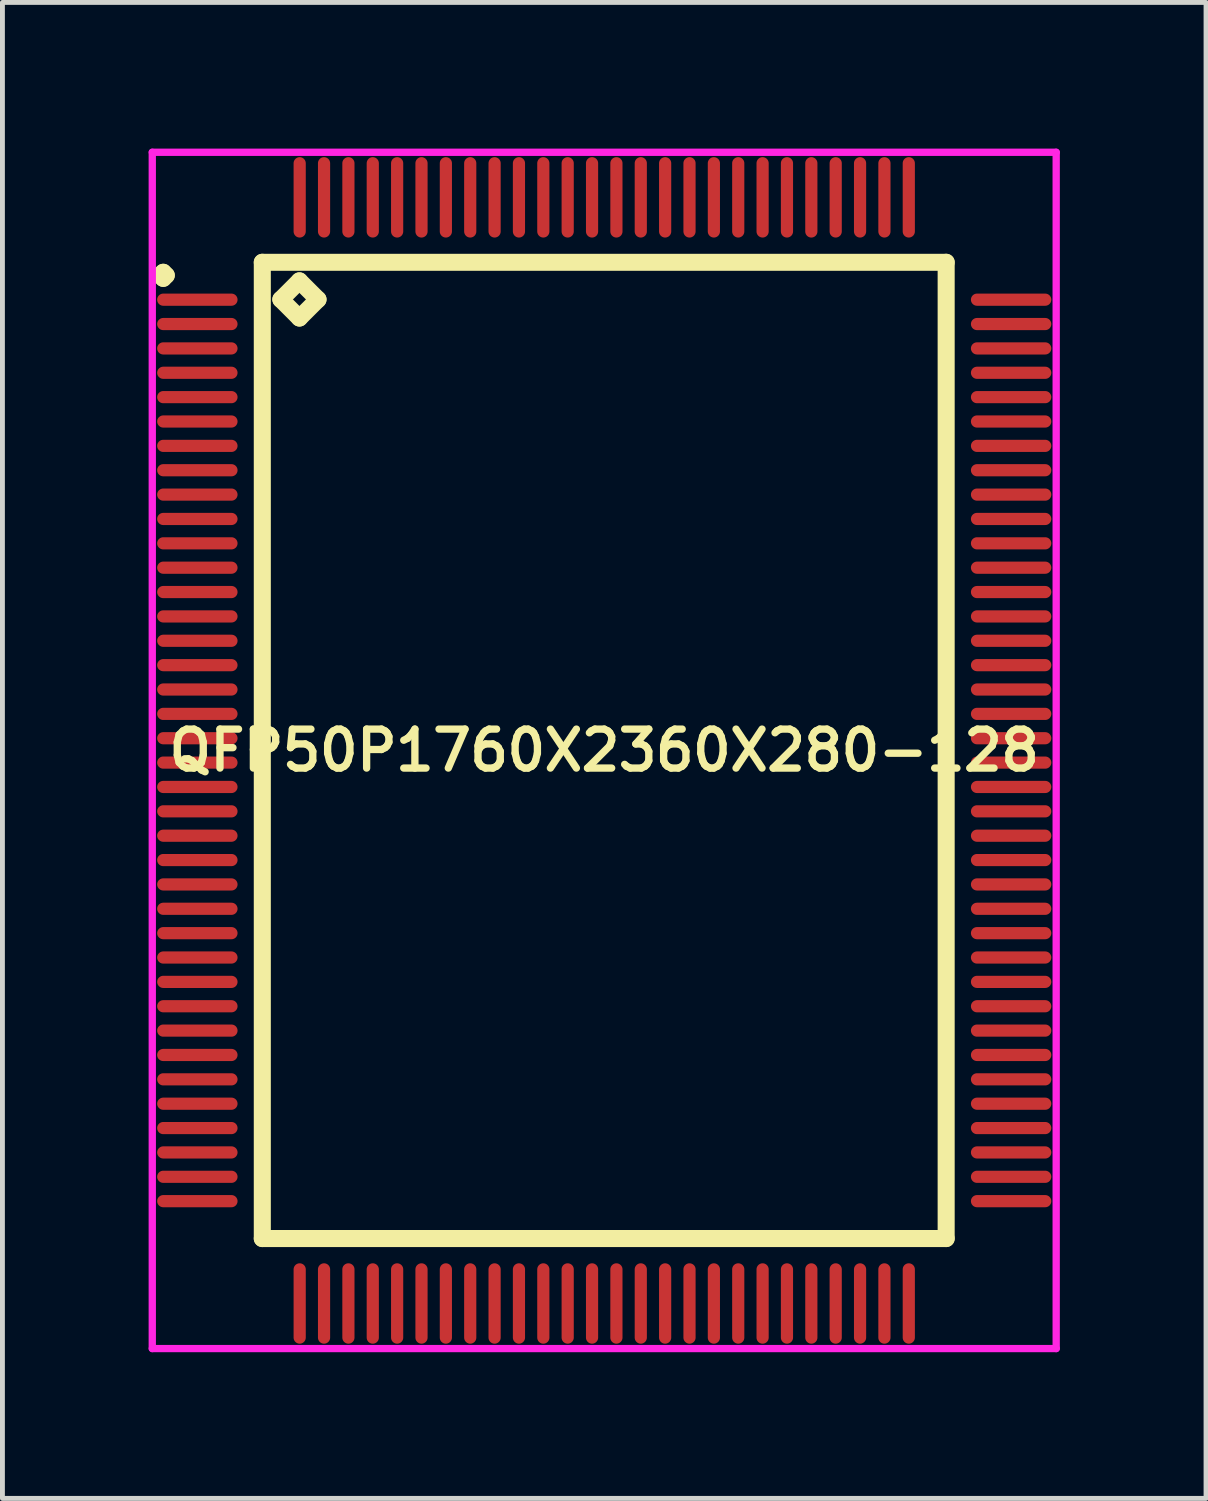
<source format=kicad_pcb>
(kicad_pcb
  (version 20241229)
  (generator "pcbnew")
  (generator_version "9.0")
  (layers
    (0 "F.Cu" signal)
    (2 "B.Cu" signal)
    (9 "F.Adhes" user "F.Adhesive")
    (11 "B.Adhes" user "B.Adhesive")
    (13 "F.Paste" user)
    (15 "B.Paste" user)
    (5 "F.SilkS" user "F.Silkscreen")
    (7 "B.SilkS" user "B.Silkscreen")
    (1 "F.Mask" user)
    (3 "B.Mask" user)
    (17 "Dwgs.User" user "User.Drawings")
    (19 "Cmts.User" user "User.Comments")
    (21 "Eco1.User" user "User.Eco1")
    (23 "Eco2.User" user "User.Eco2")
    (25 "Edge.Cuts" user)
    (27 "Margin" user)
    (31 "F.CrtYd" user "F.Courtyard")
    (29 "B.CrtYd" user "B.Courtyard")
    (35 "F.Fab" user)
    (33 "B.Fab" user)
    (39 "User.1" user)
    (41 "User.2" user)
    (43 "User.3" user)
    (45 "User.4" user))
  (footprint "QFP50P1760X2360X280-128"
    (layer "F.Cu")
    (at 9.35 12.35)
    (property "Reference" "QFP50P1760X2360X280-128" (at 0 0 0) (layer "F.SilkS") (effects (font (size 0.8 0.8) (thickness 0.15))))
    (attr smd)
    (fp_line (start -9.113 -9.75) (end -9.05 -9.812) (stroke (width 0.35) (type solid)) (layer "F.SilkS"))
    (fp_line (start -9.05 -9.812) (end -8.988 -9.75) (stroke (width 0.35) (type solid)) (layer "F.SilkS"))
    (fp_line (start -9.05 -9.688) (end -9.113 -9.75) (stroke (width 0.35) (type solid)) (layer "F.SilkS"))
    (fp_line (start -8.988 -9.75) (end -9.05 -9.688) (stroke (width 0.35) (type solid)) (layer "F.SilkS"))
    (fp_line (start -7.017 -10.017) (end -7.017 10.017) (stroke (width 0.35) (type solid)) (layer "F.SilkS"))
    (fp_line (start -7.017 10.017) (end 7.017 10.017) (stroke (width 0.35) (type solid)) (layer "F.SilkS"))
    (fp_line (start -6.636 -9.255) (end -6.255 -9.636) (stroke (width 0.35) (type solid)) (layer "F.SilkS"))
    (fp_line (start -6.255 -9.636) (end -5.874 -9.255) (stroke (width 0.35) (type solid)) (layer "F.SilkS"))
    (fp_line (start -6.255 -8.874) (end -6.636 -9.255) (stroke (width 0.35) (type solid)) (layer "F.SilkS"))
    (fp_line (start -5.874 -9.255) (end -6.255 -8.874) (stroke (width 0.35) (type solid)) (layer "F.SilkS"))
    (fp_line (start 7.017 -10.017) (end -7.017 -10.017) (stroke (width 0.35) (type solid)) (layer "F.SilkS"))
    (fp_line (start 7.017 10.017) (end 7.017 -10.017) (stroke (width 0.35) (type solid)) (layer "F.SilkS"))
    (fp_line (start -9.275 -12.275) (end 9.275 -12.275) (stroke (width 0.15) (type solid)) (layer "F.CrtYd"))
    (fp_line (start -9.275 12.275) (end -9.275 -12.275) (stroke (width 0.15) (type solid)) (layer "F.CrtYd"))
    (fp_line (start 9.275 -12.275) (end 9.275 12.275) (stroke (width 0.15) (type solid)) (layer "F.CrtYd"))
    (fp_line (start 9.275 12.275) (end -9.275 12.275) (stroke (width 0.15) (type solid)) (layer "F.CrtYd"))
    (pad "1" smd oval (at -8.35 -9.25) (size 1.65 0.25) (layers "F.Cu" "F.Mask" "F.Paste"))
    (pad "2" smd oval (at -8.35 -8.75) (size 1.65 0.25) (layers "F.Cu" "F.Mask" "F.Paste"))
    (pad "3" smd oval (at -8.35 -8.25) (size 1.65 0.25) (layers "F.Cu" "F.Mask" "F.Paste"))
    (pad "4" smd oval (at -8.35 -7.75) (size 1.65 0.25) (layers "F.Cu" "F.Mask" "F.Paste"))
    (pad "5" smd oval (at -8.35 -7.25) (size 1.65 0.25) (layers "F.Cu" "F.Mask" "F.Paste"))
    (pad "6" smd oval (at -8.35 -6.75) (size 1.65 0.25) (layers "F.Cu" "F.Mask" "F.Paste"))
    (pad "7" smd oval (at -8.35 -6.25) (size 1.65 0.25) (layers "F.Cu" "F.Mask" "F.Paste"))
    (pad "8" smd oval (at -8.35 -5.75) (size 1.65 0.25) (layers "F.Cu" "F.Mask" "F.Paste"))
    (pad "9" smd oval (at -8.35 -5.25) (size 1.65 0.25) (layers "F.Cu" "F.Mask" "F.Paste"))
    (pad "10" smd oval (at -8.35 -4.75) (size 1.65 0.25) (layers "F.Cu" "F.Mask" "F.Paste"))
    (pad "11" smd oval (at -8.35 -4.25) (size 1.65 0.25) (layers "F.Cu" "F.Mask" "F.Paste"))
    (pad "12" smd oval (at -8.35 -3.75) (size 1.65 0.25) (layers "F.Cu" "F.Mask" "F.Paste"))
    (pad "13" smd oval (at -8.35 -3.25) (size 1.65 0.25) (layers "F.Cu" "F.Mask" "F.Paste"))
    (pad "14" smd oval (at -8.35 -2.75) (size 1.65 0.25) (layers "F.Cu" "F.Mask" "F.Paste"))
    (pad "15" smd oval (at -8.35 -2.25) (size 1.65 0.25) (layers "F.Cu" "F.Mask" "F.Paste"))
    (pad "16" smd oval (at -8.35 -1.75) (size 1.65 0.25) (layers "F.Cu" "F.Mask" "F.Paste"))
    (pad "17" smd oval (at -8.35 -1.25) (size 1.65 0.25) (layers "F.Cu" "F.Mask" "F.Paste"))
    (pad "18" smd oval (at -8.35 -0.75) (size 1.65 0.25) (layers "F.Cu" "F.Mask" "F.Paste"))
    (pad "19" smd oval (at -8.35 -0.25) (size 1.65 0.25) (layers "F.Cu" "F.Mask" "F.Paste"))
    (pad "20" smd oval (at -8.35 0.25) (size 1.65 0.25) (layers "F.Cu" "F.Mask" "F.Paste"))
    (pad "21" smd oval (at -8.35 0.75) (size 1.65 0.25) (layers "F.Cu" "F.Mask" "F.Paste"))
    (pad "22" smd oval (at -8.35 1.25) (size 1.65 0.25) (layers "F.Cu" "F.Mask" "F.Paste"))
    (pad "23" smd oval (at -8.35 1.75) (size 1.65 0.25) (layers "F.Cu" "F.Mask" "F.Paste"))
    (pad "24" smd oval (at -8.35 2.25) (size 1.65 0.25) (layers "F.Cu" "F.Mask" "F.Paste"))
    (pad "25" smd oval (at -8.35 2.75) (size 1.65 0.25) (layers "F.Cu" "F.Mask" "F.Paste"))
    (pad "26" smd oval (at -8.35 3.25) (size 1.65 0.25) (layers "F.Cu" "F.Mask" "F.Paste"))
    (pad "27" smd oval (at -8.35 3.75) (size 1.65 0.25) (layers "F.Cu" "F.Mask" "F.Paste"))
    (pad "28" smd oval (at -8.35 4.25) (size 1.65 0.25) (layers "F.Cu" "F.Mask" "F.Paste"))
    (pad "29" smd oval (at -8.35 4.75) (size 1.65 0.25) (layers "F.Cu" "F.Mask" "F.Paste"))
    (pad "30" smd oval (at -8.35 5.25) (size 1.65 0.25) (layers "F.Cu" "F.Mask" "F.Paste"))
    (pad "31" smd oval (at -8.35 5.75) (size 1.65 0.25) (layers "F.Cu" "F.Mask" "F.Paste"))
    (pad "32" smd oval (at -8.35 6.25) (size 1.65 0.25) (layers "F.Cu" "F.Mask" "F.Paste"))
    (pad "33" smd oval (at -8.35 6.75) (size 1.65 0.25) (layers "F.Cu" "F.Mask" "F.Paste"))
    (pad "34" smd oval (at -8.35 7.25) (size 1.65 0.25) (layers "F.Cu" "F.Mask" "F.Paste"))
    (pad "35" smd oval (at -8.35 7.75) (size 1.65 0.25) (layers "F.Cu" "F.Mask" "F.Paste"))
    (pad "36" smd oval (at -8.35 8.25) (size 1.65 0.25) (layers "F.Cu" "F.Mask" "F.Paste"))
    (pad "37" smd oval (at -8.35 8.75) (size 1.65 0.25) (layers "F.Cu" "F.Mask" "F.Paste"))
    (pad "38" smd oval (at -8.35 9.25) (size 1.65 0.25) (layers "F.Cu" "F.Mask" "F.Paste"))
    (pad "39" smd oval (at -6.25 11.35) (size 0.25 1.65) (layers "F.Cu" "F.Mask" "F.Paste"))
    (pad "40" smd oval (at -5.75 11.35) (size 0.25 1.65) (layers "F.Cu" "F.Mask" "F.Paste"))
    (pad "41" smd oval (at -5.25 11.35) (size 0.25 1.65) (layers "F.Cu" "F.Mask" "F.Paste"))
    (pad "42" smd oval (at -4.75 11.35) (size 0.25 1.65) (layers "F.Cu" "F.Mask" "F.Paste"))
    (pad "43" smd oval (at -4.25 11.35) (size 0.25 1.65) (layers "F.Cu" "F.Mask" "F.Paste"))
    (pad "44" smd oval (at -3.75 11.35) (size 0.25 1.65) (layers "F.Cu" "F.Mask" "F.Paste"))
    (pad "45" smd oval (at -3.25 11.35) (size 0.25 1.65) (layers "F.Cu" "F.Mask" "F.Paste"))
    (pad "46" smd oval (at -2.75 11.35) (size 0.25 1.65) (layers "F.Cu" "F.Mask" "F.Paste"))
    (pad "47" smd oval (at -2.25 11.35) (size 0.25 1.65) (layers "F.Cu" "F.Mask" "F.Paste"))
    (pad "48" smd oval (at -1.75 11.35) (size 0.25 1.65) (layers "F.Cu" "F.Mask" "F.Paste"))
    (pad "49" smd oval (at -1.25 11.35) (size 0.25 1.65) (layers "F.Cu" "F.Mask" "F.Paste"))
    (pad "50" smd oval (at -0.75 11.35) (size 0.25 1.65) (layers "F.Cu" "F.Mask" "F.Paste"))
    (pad "51" smd oval (at -0.25 11.35) (size 0.25 1.65) (layers "F.Cu" "F.Mask" "F.Paste"))
    (pad "52" smd oval (at 0.25 11.35) (size 0.25 1.65) (layers "F.Cu" "F.Mask" "F.Paste"))
    (pad "53" smd oval (at 0.75 11.35) (size 0.25 1.65) (layers "F.Cu" "F.Mask" "F.Paste"))
    (pad "54" smd oval (at 1.25 11.35) (size 0.25 1.65) (layers "F.Cu" "F.Mask" "F.Paste"))
    (pad "55" smd oval (at 1.75 11.35) (size 0.25 1.65) (layers "F.Cu" "F.Mask" "F.Paste"))
    (pad "56" smd oval (at 2.25 11.35) (size 0.25 1.65) (layers "F.Cu" "F.Mask" "F.Paste"))
    (pad "57" smd oval (at 2.75 11.35) (size 0.25 1.65) (layers "F.Cu" "F.Mask" "F.Paste"))
    (pad "58" smd oval (at 3.25 11.35) (size 0.25 1.65) (layers "F.Cu" "F.Mask" "F.Paste"))
    (pad "59" smd oval (at 3.75 11.35) (size 0.25 1.65) (layers "F.Cu" "F.Mask" "F.Paste"))
    (pad "60" smd oval (at 4.25 11.35) (size 0.25 1.65) (layers "F.Cu" "F.Mask" "F.Paste"))
    (pad "61" smd oval (at 4.75 11.35) (size 0.25 1.65) (layers "F.Cu" "F.Mask" "F.Paste"))
    (pad "62" smd oval (at 5.25 11.35) (size 0.25 1.65) (layers "F.Cu" "F.Mask" "F.Paste"))
    (pad "63" smd oval (at 5.75 11.35) (size 0.25 1.65) (layers "F.Cu" "F.Mask" "F.Paste"))
    (pad "64" smd oval (at 6.25 11.35) (size 0.25 1.65) (layers "F.Cu" "F.Mask" "F.Paste"))
    (pad "65" smd oval (at 8.35 9.25) (size 1.65 0.25) (layers "F.Cu" "F.Mask" "F.Paste"))
    (pad "66" smd oval (at 8.35 8.75) (size 1.65 0.25) (layers "F.Cu" "F.Mask" "F.Paste"))
    (pad "67" smd oval (at 8.35 8.25) (size 1.65 0.25) (layers "F.Cu" "F.Mask" "F.Paste"))
    (pad "68" smd oval (at 8.35 7.75) (size 1.65 0.25) (layers "F.Cu" "F.Mask" "F.Paste"))
    (pad "69" smd oval (at 8.35 7.25) (size 1.65 0.25) (layers "F.Cu" "F.Mask" "F.Paste"))
    (pad "70" smd oval (at 8.35 6.75) (size 1.65 0.25) (layers "F.Cu" "F.Mask" "F.Paste"))
    (pad "71" smd oval (at 8.35 6.25) (size 1.65 0.25) (layers "F.Cu" "F.Mask" "F.Paste"))
    (pad "72" smd oval (at 8.35 5.75) (size 1.65 0.25) (layers "F.Cu" "F.Mask" "F.Paste"))
    (pad "73" smd oval (at 8.35 5.25) (size 1.65 0.25) (layers "F.Cu" "F.Mask" "F.Paste"))
    (pad "74" smd oval (at 8.35 4.75) (size 1.65 0.25) (layers "F.Cu" "F.Mask" "F.Paste"))
    (pad "75" smd oval (at 8.35 4.25) (size 1.65 0.25) (layers "F.Cu" "F.Mask" "F.Paste"))
    (pad "76" smd oval (at 8.35 3.75) (size 1.65 0.25) (layers "F.Cu" "F.Mask" "F.Paste"))
    (pad "77" smd oval (at 8.35 3.25) (size 1.65 0.25) (layers "F.Cu" "F.Mask" "F.Paste"))
    (pad "78" smd oval (at 8.35 2.75) (size 1.65 0.25) (layers "F.Cu" "F.Mask" "F.Paste"))
    (pad "79" smd oval (at 8.35 2.25) (size 1.65 0.25) (layers "F.Cu" "F.Mask" "F.Paste"))
    (pad "80" smd oval (at 8.35 1.75) (size 1.65 0.25) (layers "F.Cu" "F.Mask" "F.Paste"))
    (pad "81" smd oval (at 8.35 1.25) (size 1.65 0.25) (layers "F.Cu" "F.Mask" "F.Paste"))
    (pad "82" smd oval (at 8.35 0.75) (size 1.65 0.25) (layers "F.Cu" "F.Mask" "F.Paste"))
    (pad "83" smd oval (at 8.35 0.25) (size 1.65 0.25) (layers "F.Cu" "F.Mask" "F.Paste"))
    (pad "84" smd oval (at 8.35 -0.25) (size 1.65 0.25) (layers "F.Cu" "F.Mask" "F.Paste"))
    (pad "85" smd oval (at 8.35 -0.75) (size 1.65 0.25) (layers "F.Cu" "F.Mask" "F.Paste"))
    (pad "86" smd oval (at 8.35 -1.25) (size 1.65 0.25) (layers "F.Cu" "F.Mask" "F.Paste"))
    (pad "87" smd oval (at 8.35 -1.75) (size 1.65 0.25) (layers "F.Cu" "F.Mask" "F.Paste"))
    (pad "88" smd oval (at 8.35 -2.25) (size 1.65 0.25) (layers "F.Cu" "F.Mask" "F.Paste"))
    (pad "89" smd oval (at 8.35 -2.75) (size 1.65 0.25) (layers "F.Cu" "F.Mask" "F.Paste"))
    (pad "90" smd oval (at 8.35 -3.25) (size 1.65 0.25) (layers "F.Cu" "F.Mask" "F.Paste"))
    (pad "91" smd oval (at 8.35 -3.75) (size 1.65 0.25) (layers "F.Cu" "F.Mask" "F.Paste"))
    (pad "92" smd oval (at 8.35 -4.25) (size 1.65 0.25) (layers "F.Cu" "F.Mask" "F.Paste"))
    (pad "93" smd oval (at 8.35 -4.75) (size 1.65 0.25) (layers "F.Cu" "F.Mask" "F.Paste"))
    (pad "94" smd oval (at 8.35 -5.25) (size 1.65 0.25) (layers "F.Cu" "F.Mask" "F.Paste"))
    (pad "95" smd oval (at 8.35 -5.75) (size 1.65 0.25) (layers "F.Cu" "F.Mask" "F.Paste"))
    (pad "96" smd oval (at 8.35 -6.25) (size 1.65 0.25) (layers "F.Cu" "F.Mask" "F.Paste"))
    (pad "97" smd oval (at 8.35 -6.75) (size 1.65 0.25) (layers "F.Cu" "F.Mask" "F.Paste"))
    (pad "98" smd oval (at 8.35 -7.25) (size 1.65 0.25) (layers "F.Cu" "F.Mask" "F.Paste"))
    (pad "99" smd oval (at 8.35 -7.75) (size 1.65 0.25) (layers "F.Cu" "F.Mask" "F.Paste"))
    (pad "100" smd oval (at 8.35 -8.25) (size 1.65 0.25) (layers "F.Cu" "F.Mask" "F.Paste"))
    (pad "101" smd oval (at 8.35 -8.75) (size 1.65 0.25) (layers "F.Cu" "F.Mask" "F.Paste"))
    (pad "102" smd oval (at 8.35 -9.25) (size 1.65 0.25) (layers "F.Cu" "F.Mask" "F.Paste"))
    (pad "103" smd oval (at 6.25 -11.35) (size 0.25 1.65) (layers "F.Cu" "F.Mask" "F.Paste"))
    (pad "104" smd oval (at 5.75 -11.35) (size 0.25 1.65) (layers "F.Cu" "F.Mask" "F.Paste"))
    (pad "105" smd oval (at 5.25 -11.35) (size 0.25 1.65) (layers "F.Cu" "F.Mask" "F.Paste"))
    (pad "106" smd oval (at 4.75 -11.35) (size 0.25 1.65) (layers "F.Cu" "F.Mask" "F.Paste"))
    (pad "107" smd oval (at 4.25 -11.35) (size 0.25 1.65) (layers "F.Cu" "F.Mask" "F.Paste"))
    (pad "108" smd oval (at 3.75 -11.35) (size 0.25 1.65) (layers "F.Cu" "F.Mask" "F.Paste"))
    (pad "109" smd oval (at 3.25 -11.35) (size 0.25 1.65) (layers "F.Cu" "F.Mask" "F.Paste"))
    (pad "110" smd oval (at 2.75 -11.35) (size 0.25 1.65) (layers "F.Cu" "F.Mask" "F.Paste"))
    (pad "111" smd oval (at 2.25 -11.35) (size 0.25 1.65) (layers "F.Cu" "F.Mask" "F.Paste"))
    (pad "112" smd oval (at 1.75 -11.35) (size 0.25 1.65) (layers "F.Cu" "F.Mask" "F.Paste"))
    (pad "113" smd oval (at 1.25 -11.35) (size 0.25 1.65) (layers "F.Cu" "F.Mask" "F.Paste"))
    (pad "114" smd oval (at 0.75 -11.35) (size 0.25 1.65) (layers "F.Cu" "F.Mask" "F.Paste"))
    (pad "115" smd oval (at 0.25 -11.35) (size 0.25 1.65) (layers "F.Cu" "F.Mask" "F.Paste"))
    (pad "116" smd oval (at -0.25 -11.35) (size 0.25 1.65) (layers "F.Cu" "F.Mask" "F.Paste"))
    (pad "117" smd oval (at -0.75 -11.35) (size 0.25 1.65) (layers "F.Cu" "F.Mask" "F.Paste"))
    (pad "118" smd oval (at -1.25 -11.35) (size 0.25 1.65) (layers "F.Cu" "F.Mask" "F.Paste"))
    (pad "119" smd oval (at -1.75 -11.35) (size 0.25 1.65) (layers "F.Cu" "F.Mask" "F.Paste"))
    (pad "120" smd oval (at -2.25 -11.35) (size 0.25 1.65) (layers "F.Cu" "F.Mask" "F.Paste"))
    (pad "121" smd oval (at -2.75 -11.35) (size 0.25 1.65) (layers "F.Cu" "F.Mask" "F.Paste"))
    (pad "122" smd oval (at -3.25 -11.35) (size 0.25 1.65) (layers "F.Cu" "F.Mask" "F.Paste"))
    (pad "123" smd oval (at -3.75 -11.35) (size 0.25 1.65) (layers "F.Cu" "F.Mask" "F.Paste"))
    (pad "124" smd oval (at -4.25 -11.35) (size 0.25 1.65) (layers "F.Cu" "F.Mask" "F.Paste"))
    (pad "125" smd oval (at -4.75 -11.35) (size 0.25 1.65) (layers "F.Cu" "F.Mask" "F.Paste"))
    (pad "126" smd oval (at -5.25 -11.35) (size 0.25 1.65) (layers "F.Cu" "F.Mask" "F.Paste"))
    (pad "127" smd oval (at -5.75 -11.35) (size 0.25 1.65) (layers "F.Cu" "F.Mask" "F.Paste"))
    (pad "128" smd oval (at -6.25 -11.35) (size 0.25 1.65) (layers "F.Cu" "F.Mask" "F.Paste")))
  (gr_rect
    (start -3 -3)
    (end 21.7 27.7)
    (stroke (width 0.1) (type default))
    (fill no)
    (layer "Edge.Cuts")))
</source>
